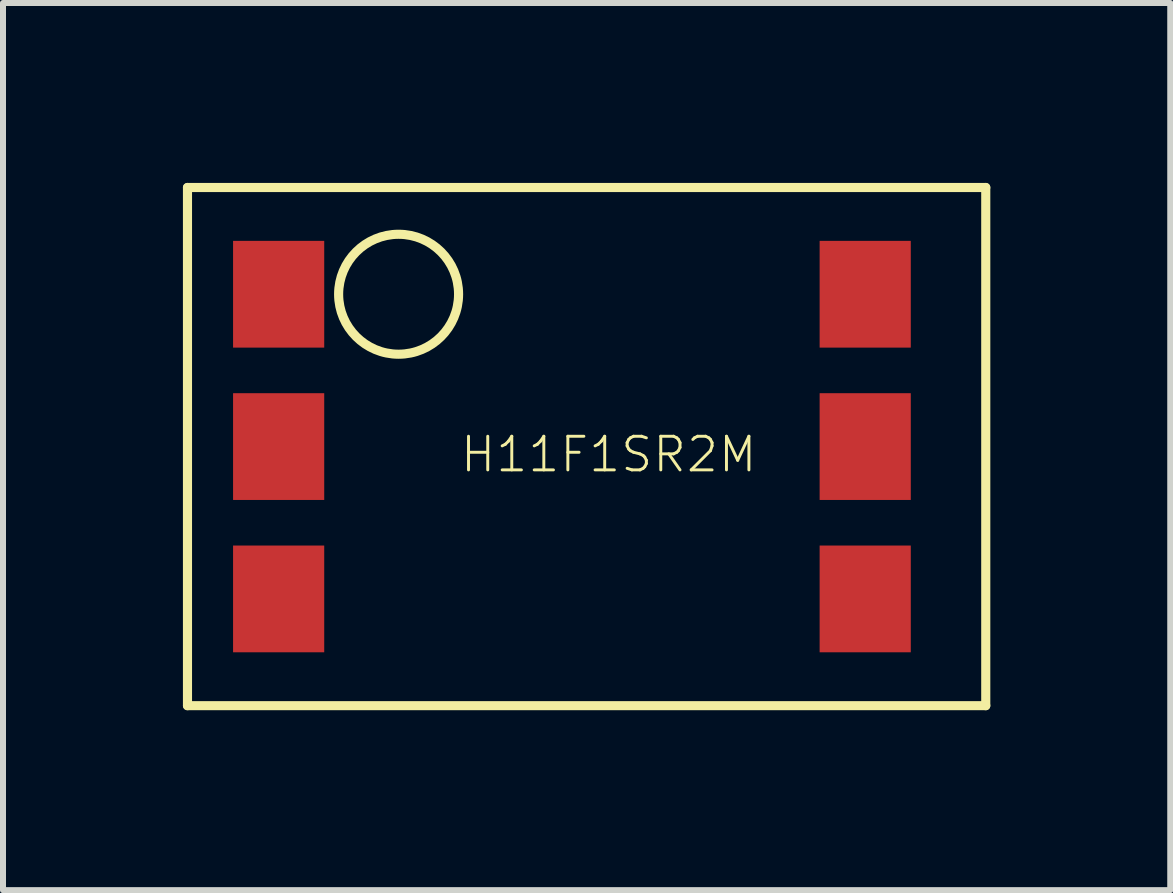
<source format=kicad_pcb>
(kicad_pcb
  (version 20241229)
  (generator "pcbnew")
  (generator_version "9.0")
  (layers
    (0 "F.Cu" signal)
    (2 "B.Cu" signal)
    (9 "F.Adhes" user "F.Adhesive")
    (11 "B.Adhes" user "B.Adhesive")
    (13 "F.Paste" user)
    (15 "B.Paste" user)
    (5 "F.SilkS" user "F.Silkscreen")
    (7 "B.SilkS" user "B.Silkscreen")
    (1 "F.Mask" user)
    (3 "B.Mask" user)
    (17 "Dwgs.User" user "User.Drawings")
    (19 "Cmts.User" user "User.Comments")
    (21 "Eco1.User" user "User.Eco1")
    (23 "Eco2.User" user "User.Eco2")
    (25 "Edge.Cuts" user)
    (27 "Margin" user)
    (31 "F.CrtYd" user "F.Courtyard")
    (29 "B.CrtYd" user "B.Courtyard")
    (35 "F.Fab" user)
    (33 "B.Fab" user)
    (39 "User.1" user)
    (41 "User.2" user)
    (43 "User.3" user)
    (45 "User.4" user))
  (footprint "H11F1SR2M"
    (layer "F.Cu")
    (at 1.596 1.856)
    (property "Reference" "H11F1SR2M" (at 3 3 0) (unlocked yes) (layer "F.SilkS") (effects (font (size 0.561 0.561) (thickness 0.049)) (justify left bottom)))
    (fp_line (start -1.52 -1.78) (end 11.79 -1.78) (stroke (width 0.152) (type solid)) (layer "F.SilkS"))
    (fp_line (start -1.52 6.86) (end -1.52 -1.78) (stroke (width 0.152) (type solid)) (layer "F.SilkS"))
    (fp_line (start 11.79 -1.78) (end 11.79 6.86) (stroke (width 0.152) (type solid)) (layer "F.SilkS"))
    (fp_line (start 11.79 6.86) (end -1.52 6.86) (stroke (width 0.152) (type solid)) (layer "F.SilkS"))
    (fp_circle (center 2 0) (end 3 0) (stroke (width 0.152) (type solid)) (fill no) (layer "F.SilkS"))
    (pad "ANOD" smd rect (at 0 0) (size 1.52 1.78) (layers "F.Cu" "F.Mask" "F.Paste"))
    (pad "CATH" smd rect (at 0 2.54) (size 1.52 1.78) (layers "F.Cu" "F.Mask" "F.Paste"))
    (pad "IN" smd rect (at 9.78 0) (size 1.52 1.78) (layers "F.Cu" "F.Mask" "F.Paste"))
    (pad "OUT" smd rect (at 9.78 5.08) (size 1.52 1.78) (layers "F.Cu" "F.Mask" "F.Paste"))
    (pad "P0" smd rect (at 9.78 2.54) (size 1.52 1.78) (layers "F.Cu" "F.Mask" "F.Paste"))
    (pad "P2" smd rect (at 0 5.08) (size 1.52 1.78) (layers "F.Cu" "F.Mask" "F.Paste")))
  (gr_rect
    (start -3 -3)
    (end 16.462 11.792)
    (stroke (width 0.1) (type default))
    (fill no)
    (layer "Edge.Cuts")))
</source>
